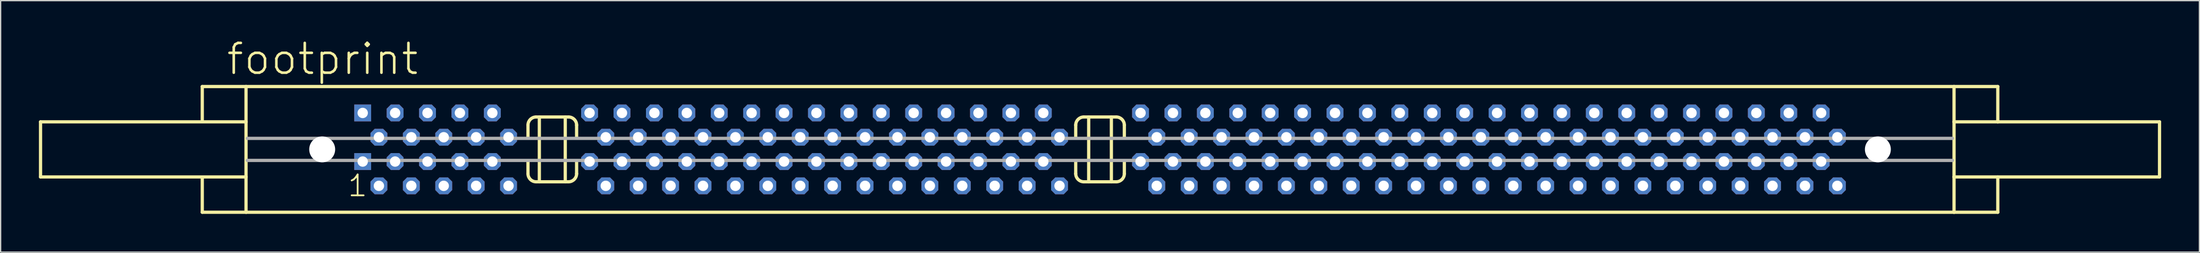
<source format=kicad_pcb>
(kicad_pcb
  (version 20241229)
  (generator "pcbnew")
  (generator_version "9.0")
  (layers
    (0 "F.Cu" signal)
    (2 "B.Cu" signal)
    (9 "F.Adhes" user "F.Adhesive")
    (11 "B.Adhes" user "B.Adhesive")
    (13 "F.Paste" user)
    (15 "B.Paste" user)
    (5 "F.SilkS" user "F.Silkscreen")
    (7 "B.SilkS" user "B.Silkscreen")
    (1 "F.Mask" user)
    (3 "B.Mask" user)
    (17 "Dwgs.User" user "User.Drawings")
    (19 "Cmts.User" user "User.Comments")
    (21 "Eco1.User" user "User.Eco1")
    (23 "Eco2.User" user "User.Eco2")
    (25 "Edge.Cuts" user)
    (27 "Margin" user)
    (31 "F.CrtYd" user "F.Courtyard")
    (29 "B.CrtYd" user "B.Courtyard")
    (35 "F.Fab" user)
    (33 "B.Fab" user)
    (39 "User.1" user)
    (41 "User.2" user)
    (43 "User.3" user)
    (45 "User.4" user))
  (footprint "footprint"
    (layer "F.Cu")
    (at 83.16 8.661)
    (property "Reference" "footprint" (at -68.58 -5.715 0) (layer "F.SilkS") (effects (font (size 2.337 2.337) (thickness 0.203)) (justify left bottom)))
    (fp_line (start -83.033 -2.159) (end -66.929 -2.159) (stroke (width 0.254) (type solid)) (layer "F.SilkS"))
    (fp_line (start -83.033 2.159) (end -83.033 -2.159) (stroke (width 0.254) (type solid)) (layer "F.SilkS"))
    (fp_line (start -70.358 -4.928) (end -66.929 -4.928) (stroke (width 0.254) (type solid)) (layer "F.SilkS"))
    (fp_line (start -70.358 -2.311) (end -70.358 -4.928) (stroke (width 0.254) (type solid)) (layer "F.SilkS"))
    (fp_line (start -70.358 2.286) (end -70.358 4.928) (stroke (width 0.254) (type solid)) (layer "F.SilkS"))
    (fp_line (start -70.358 4.928) (end -66.929 4.928) (stroke (width 0.254) (type solid)) (layer "F.SilkS"))
    (fp_line (start -66.929 -4.928) (end -66.929 -2.159) (stroke (width 0.254) (type solid)) (layer "F.SilkS"))
    (fp_line (start -66.929 -4.928) (end 66.929 -4.928) (stroke (width 0.254) (type solid)) (layer "F.SilkS"))
    (fp_line (start -66.929 -2.159) (end -66.929 2.159) (stroke (width 0.254) (type solid)) (layer "F.SilkS"))
    (fp_line (start -66.929 2.159) (end -83.033 2.159) (stroke (width 0.254) (type solid)) (layer "F.SilkS"))
    (fp_line (start -66.929 4.928) (end -66.929 2.159) (stroke (width 0.254) (type solid)) (layer "F.SilkS"))
    (fp_line (start -44.831 -1.905) (end -44.831 -0.889) (stroke (width 0.254) (type solid)) (layer "F.SilkS"))
    (fp_line (start -44.831 0.889) (end -44.831 1.905) (stroke (width 0.254) (type solid)) (layer "F.SilkS"))
    (fp_line (start -44.196 2.54) (end -43.942 2.54) (stroke (width 0.254) (type solid)) (layer "F.SilkS"))
    (fp_line (start -43.942 -2.54) (end -44.196 -2.54) (stroke (width 0.254) (type solid)) (layer "F.SilkS"))
    (fp_line (start -43.942 2.54) (end -43.942 -2.54) (stroke (width 0.254) (type solid)) (layer "F.SilkS"))
    (fp_line (start -43.942 2.54) (end -41.91 2.54) (stroke (width 0.254) (type solid)) (layer "F.SilkS"))
    (fp_line (start -41.91 -2.54) (end -43.942 -2.54) (stroke (width 0.254) (type solid)) (layer "F.SilkS"))
    (fp_line (start -41.91 2.54) (end -41.91 -2.54) (stroke (width 0.254) (type solid)) (layer "F.SilkS"))
    (fp_line (start -41.91 2.54) (end -41.656 2.54) (stroke (width 0.254) (type solid)) (layer "F.SilkS"))
    (fp_line (start -41.656 -2.54) (end -41.91 -2.54) (stroke (width 0.254) (type solid)) (layer "F.SilkS"))
    (fp_line (start -41.021 -0.889) (end -41.021 -1.905) (stroke (width 0.254) (type solid)) (layer "F.SilkS"))
    (fp_line (start -41.021 1.905) (end -41.021 0.889) (stroke (width 0.254) (type solid)) (layer "F.SilkS"))
    (fp_line (start -1.905 -1.905) (end -1.905 -0.889) (stroke (width 0.254) (type solid)) (layer "F.SilkS"))
    (fp_line (start -1.905 0.889) (end -1.905 1.905) (stroke (width 0.254) (type solid)) (layer "F.SilkS"))
    (fp_line (start -1.27 2.54) (end -0.889 2.54) (stroke (width 0.254) (type solid)) (layer "F.SilkS"))
    (fp_line (start -0.889 -2.54) (end -1.27 -2.54) (stroke (width 0.254) (type solid)) (layer "F.SilkS"))
    (fp_line (start -0.889 2.54) (end -0.889 -2.54) (stroke (width 0.254) (type solid)) (layer "F.SilkS"))
    (fp_line (start -0.889 2.54) (end 0.889 2.54) (stroke (width 0.254) (type solid)) (layer "F.SilkS"))
    (fp_line (start 0.889 -2.54) (end -0.889 -2.54) (stroke (width 0.254) (type solid)) (layer "F.SilkS"))
    (fp_line (start 0.889 2.54) (end 0.889 -2.54) (stroke (width 0.254) (type solid)) (layer "F.SilkS"))
    (fp_line (start 0.889 2.54) (end 1.27 2.54) (stroke (width 0.254) (type solid)) (layer "F.SilkS"))
    (fp_line (start 1.27 -2.54) (end 0.889 -2.54) (stroke (width 0.254) (type solid)) (layer "F.SilkS"))
    (fp_line (start 1.905 -0.889) (end 1.905 -1.905) (stroke (width 0.254) (type solid)) (layer "F.SilkS"))
    (fp_line (start 1.905 1.905) (end 1.905 0.889) (stroke (width 0.254) (type solid)) (layer "F.SilkS"))
    (fp_line (start 66.929 -4.928) (end 66.929 -2.159) (stroke (width 0.254) (type solid)) (layer "F.SilkS"))
    (fp_line (start 66.929 -2.159) (end 66.929 2.159) (stroke (width 0.254) (type solid)) (layer "F.SilkS"))
    (fp_line (start 66.929 2.159) (end 66.929 4.928) (stroke (width 0.254) (type solid)) (layer "F.SilkS"))
    (fp_line (start 66.929 4.928) (end -66.904 4.928) (stroke (width 0.254) (type solid)) (layer "F.SilkS"))
    (fp_line (start 66.929 4.928) (end 70.358 4.928) (stroke (width 0.254) (type solid)) (layer "F.SilkS"))
    (fp_line (start 70.358 -4.928) (end 66.929 -4.928) (stroke (width 0.254) (type solid)) (layer "F.SilkS"))
    (fp_line (start 70.358 -2.159) (end 66.929 -2.159) (stroke (width 0.254) (type solid)) (layer "F.SilkS"))
    (fp_line (start 70.358 -2.159) (end 70.358 -4.928) (stroke (width 0.254) (type solid)) (layer "F.SilkS"))
    (fp_line (start 70.358 2.159) (end 66.929 2.159) (stroke (width 0.254) (type solid)) (layer "F.SilkS"))
    (fp_line (start 70.358 2.159) (end 83.033 2.159) (stroke (width 0.254) (type solid)) (layer "F.SilkS"))
    (fp_line (start 70.358 4.928) (end 70.358 2.159) (stroke (width 0.254) (type solid)) (layer "F.SilkS"))
    (fp_line (start 83.033 -2.159) (end 70.358 -2.159) (stroke (width 0.254) (type solid)) (layer "F.SilkS"))
    (fp_line (start 83.033 2.159) (end 83.033 -2.159) (stroke (width 0.254) (type solid)) (layer "F.SilkS"))
    (fp_arc (start -44.831 -1.905) (mid -44.645013 -2.354013) (end -44.196 -2.54) (stroke (width 0.254) (type solid)) (layer "F.SilkS"))
    (fp_arc (start -44.196 2.54) (mid -44.645013 2.354013) (end -44.831 1.905) (stroke (width 0.254) (type solid)) (layer "F.SilkS"))
    (fp_arc (start -41.656 -2.54) (mid -41.206987 -2.354013) (end -41.021 -1.905) (stroke (width 0.254) (type solid)) (layer "F.SilkS"))
    (fp_arc (start -41.021 1.905) (mid -41.206987 2.354013) (end -41.656 2.54) (stroke (width 0.254) (type solid)) (layer "F.SilkS"))
    (fp_arc (start -1.905 -1.905) (mid -1.719013 -2.354013) (end -1.27 -2.54) (stroke (width 0.254) (type solid)) (layer "F.SilkS"))
    (fp_arc (start -1.27 2.54) (mid -1.719013 2.354013) (end -1.905 1.905) (stroke (width 0.254) (type solid)) (layer "F.SilkS"))
    (fp_arc (start 1.27 -2.54) (mid 1.719013 -2.354013) (end 1.905 -1.905) (stroke (width 0.254) (type solid)) (layer "F.SilkS"))
    (fp_arc (start 1.905 1.905) (mid 1.719013 2.354013) (end 1.27 2.54) (stroke (width 0.254) (type solid)) (layer "F.SilkS"))
    (fp_line (start -66.827 -0.864) (end 66.802 -0.864) (stroke (width 0.254) (type solid)) (layer "F.Fab"))
    (fp_line (start -66.827 0.864) (end 66.802 0.864) (stroke (width 0.254) (type solid)) (layer "F.Fab"))
    (fp_text user "1" (at -59.055 3.81 0) (layer "F.SilkS") (effects (font (size 1.636 1.636) (thickness 0.142)) (justify left bottom)))
    (pad "" np_thru_hole circle (at -60.96 0) (size 2.032 2.032) (drill 2.032) (layers "*.Cu" "*.Mask"))
    (pad "" np_thru_hole circle (at 60.96 0) (size 2.032 2.032) (drill 2.032) (layers "*.Cu" "*.Mask"))
    (pad "1" thru_hole rect (at -57.785 0.953) (size 1.321 1.321) (drill 0.813) (layers "*.Cu" "*.Mask"))
    (pad "2" thru_hole roundrect (at -56.515 2.857) (size 1.321 1.321) (drill 0.813) (layers "*.Cu" "*.Mask") (roundrect_rratio 0.25) (chamfer_ratio 0.25) (chamfer top_left top_right bottom_left bottom_right))
    (pad "3" thru_hole roundrect (at -55.245 0.953) (size 1.321 1.321) (drill 0.813) (layers "*.Cu" "*.Mask") (roundrect_rratio 0.25) (chamfer_ratio 0.25) (chamfer top_left top_right bottom_left bottom_right))
    (pad "4" thru_hole roundrect (at -53.975 2.857) (size 1.321 1.321) (drill 0.813) (layers "*.Cu" "*.Mask") (roundrect_rratio 0.25) (chamfer_ratio 0.25) (chamfer top_left top_right bottom_left bottom_right))
    (pad "5" thru_hole roundrect (at -52.705 0.953) (size 1.321 1.321) (drill 0.813) (layers "*.Cu" "*.Mask") (roundrect_rratio 0.25) (chamfer_ratio 0.25) (chamfer top_left top_right bottom_left bottom_right))
    (pad "6" thru_hole roundrect (at -51.435 2.857) (size 1.321 1.321) (drill 0.813) (layers "*.Cu" "*.Mask") (roundrect_rratio 0.25) (chamfer_ratio 0.25) (chamfer top_left top_right bottom_left bottom_right))
    (pad "7" thru_hole roundrect (at -50.165 0.953) (size 1.321 1.321) (drill 0.813) (layers "*.Cu" "*.Mask") (roundrect_rratio 0.25) (chamfer_ratio 0.25) (chamfer top_left top_right bottom_left bottom_right))
    (pad "8" thru_hole roundrect (at -48.895 2.857) (size 1.321 1.321) (drill 0.813) (layers "*.Cu" "*.Mask") (roundrect_rratio 0.25) (chamfer_ratio 0.25) (chamfer top_left top_right bottom_left bottom_right))
    (pad "9" thru_hole roundrect (at -47.625 0.953) (size 1.321 1.321) (drill 0.813) (layers "*.Cu" "*.Mask") (roundrect_rratio 0.25) (chamfer_ratio 0.25) (chamfer top_left top_right bottom_left bottom_right))
    (pad "10" thru_hole roundrect (at -46.355 2.857) (size 1.321 1.321) (drill 0.813) (layers "*.Cu" "*.Mask") (roundrect_rratio 0.25) (chamfer_ratio 0.25) (chamfer top_left top_right bottom_left bottom_right))
    (pad "11" thru_hole roundrect (at -40.005 0.953) (size 1.321 1.321) (drill 0.813) (layers "*.Cu" "*.Mask") (roundrect_rratio 0.25) (chamfer_ratio 0.25) (chamfer top_left top_right bottom_left bottom_right))
    (pad "12" thru_hole roundrect (at -38.735 2.857) (size 1.321 1.321) (drill 0.813) (layers "*.Cu" "*.Mask") (roundrect_rratio 0.25) (chamfer_ratio 0.25) (chamfer top_left top_right bottom_left bottom_right))
    (pad "13" thru_hole roundrect (at -37.465 0.953) (size 1.321 1.321) (drill 0.813) (layers "*.Cu" "*.Mask") (roundrect_rratio 0.25) (chamfer_ratio 0.25) (chamfer top_left top_right bottom_left bottom_right))
    (pad "14" thru_hole roundrect (at -36.195 2.857) (size 1.321 1.321) (drill 0.813) (layers "*.Cu" "*.Mask") (roundrect_rratio 0.25) (chamfer_ratio 0.25) (chamfer top_left top_right bottom_left bottom_right))
    (pad "15" thru_hole roundrect (at -34.925 0.953) (size 1.321 1.321) (drill 0.813) (layers "*.Cu" "*.Mask") (roundrect_rratio 0.25) (chamfer_ratio 0.25) (chamfer top_left top_right bottom_left bottom_right))
    (pad "16" thru_hole roundrect (at -33.655 2.857) (size 1.321 1.321) (drill 0.813) (layers "*.Cu" "*.Mask") (roundrect_rratio 0.25) (chamfer_ratio 0.25) (chamfer top_left top_right bottom_left bottom_right))
    (pad "17" thru_hole roundrect (at -32.385 0.953) (size 1.321 1.321) (drill 0.813) (layers "*.Cu" "*.Mask") (roundrect_rratio 0.25) (chamfer_ratio 0.25) (chamfer top_left top_right bottom_left bottom_right))
    (pad "18" thru_hole roundrect (at -31.115 2.857) (size 1.321 1.321) (drill 0.813) (layers "*.Cu" "*.Mask") (roundrect_rratio 0.25) (chamfer_ratio 0.25) (chamfer top_left top_right bottom_left bottom_right))
    (pad "19" thru_hole roundrect (at -29.845 0.953) (size 1.321 1.321) (drill 0.813) (layers "*.Cu" "*.Mask") (roundrect_rratio 0.25) (chamfer_ratio 0.25) (chamfer top_left top_right bottom_left bottom_right))
    (pad "20" thru_hole roundrect (at -28.575 2.857) (size 1.321 1.321) (drill 0.813) (layers "*.Cu" "*.Mask") (roundrect_rratio 0.25) (chamfer_ratio 0.25) (chamfer top_left top_right bottom_left bottom_right))
    (pad "21" thru_hole roundrect (at -27.305 0.953) (size 1.321 1.321) (drill 0.813) (layers "*.Cu" "*.Mask") (roundrect_rratio 0.25) (chamfer_ratio 0.25) (chamfer top_left top_right bottom_left bottom_right))
    (pad "22" thru_hole roundrect (at -26.035 2.857) (size 1.321 1.321) (drill 0.813) (layers "*.Cu" "*.Mask") (roundrect_rratio 0.25) (chamfer_ratio 0.25) (chamfer top_left top_right bottom_left bottom_right))
    (pad "23" thru_hole roundrect (at -24.765 0.953) (size 1.321 1.321) (drill 0.813) (layers "*.Cu" "*.Mask") (roundrect_rratio 0.25) (chamfer_ratio 0.25) (chamfer top_left top_right bottom_left bottom_right))
    (pad "24" thru_hole roundrect (at -23.495 2.857) (size 1.321 1.321) (drill 0.813) (layers "*.Cu" "*.Mask") (roundrect_rratio 0.25) (chamfer_ratio 0.25) (chamfer top_left top_right bottom_left bottom_right))
    (pad "25" thru_hole roundrect (at -22.225 0.953) (size 1.321 1.321) (drill 0.813) (layers "*.Cu" "*.Mask") (roundrect_rratio 0.25) (chamfer_ratio 0.25) (chamfer top_left top_right bottom_left bottom_right))
    (pad "26" thru_hole roundrect (at -20.955 2.857) (size 1.321 1.321) (drill 0.813) (layers "*.Cu" "*.Mask") (roundrect_rratio 0.25) (chamfer_ratio 0.25) (chamfer top_left top_right bottom_left bottom_right))
    (pad "27" thru_hole roundrect (at -19.685 0.953) (size 1.321 1.321) (drill 0.813) (layers "*.Cu" "*.Mask") (roundrect_rratio 0.25) (chamfer_ratio 0.25) (chamfer top_left top_right bottom_left bottom_right))
    (pad "28" thru_hole roundrect (at -18.415 2.857) (size 1.321 1.321) (drill 0.813) (layers "*.Cu" "*.Mask") (roundrect_rratio 0.25) (chamfer_ratio 0.25) (chamfer top_left top_right bottom_left bottom_right))
    (pad "29" thru_hole roundrect (at -17.145 0.953) (size 1.321 1.321) (drill 0.813) (layers "*.Cu" "*.Mask") (roundrect_rratio 0.25) (chamfer_ratio 0.25) (chamfer top_left top_right bottom_left bottom_right))
    (pad "30" thru_hole roundrect (at -15.875 2.857) (size 1.321 1.321) (drill 0.813) (layers "*.Cu" "*.Mask") (roundrect_rratio 0.25) (chamfer_ratio 0.25) (chamfer top_left top_right bottom_left bottom_right))
    (pad "31" thru_hole roundrect (at -14.605 0.953) (size 1.321 1.321) (drill 0.813) (layers "*.Cu" "*.Mask") (roundrect_rratio 0.25) (chamfer_ratio 0.25) (chamfer top_left top_right bottom_left bottom_right))
    (pad "32" thru_hole roundrect (at -13.335 2.857) (size 1.321 1.321) (drill 0.813) (layers "*.Cu" "*.Mask") (roundrect_rratio 0.25) (chamfer_ratio 0.25) (chamfer top_left top_right bottom_left bottom_right))
    (pad "33" thru_hole roundrect (at -12.065 0.953) (size 1.321 1.321) (drill 0.813) (layers "*.Cu" "*.Mask") (roundrect_rratio 0.25) (chamfer_ratio 0.25) (chamfer top_left top_right bottom_left bottom_right))
    (pad "34" thru_hole roundrect (at -10.795 2.857) (size 1.321 1.321) (drill 0.813) (layers "*.Cu" "*.Mask") (roundrect_rratio 0.25) (chamfer_ratio 0.25) (chamfer top_left top_right bottom_left bottom_right))
    (pad "35" thru_hole roundrect (at -9.525 0.953) (size 1.321 1.321) (drill 0.813) (layers "*.Cu" "*.Mask") (roundrect_rratio 0.25) (chamfer_ratio 0.25) (chamfer top_left top_right bottom_left bottom_right))
    (pad "36" thru_hole roundrect (at -8.255 2.857) (size 1.321 1.321) (drill 0.813) (layers "*.Cu" "*.Mask") (roundrect_rratio 0.25) (chamfer_ratio 0.25) (chamfer top_left top_right bottom_left bottom_right))
    (pad "37" thru_hole roundrect (at -6.985 0.953) (size 1.321 1.321) (drill 0.813) (layers "*.Cu" "*.Mask") (roundrect_rratio 0.25) (chamfer_ratio 0.25) (chamfer top_left top_right bottom_left bottom_right))
    (pad "38" thru_hole roundrect (at -5.715 2.857) (size 1.321 1.321) (drill 0.813) (layers "*.Cu" "*.Mask") (roundrect_rratio 0.25) (chamfer_ratio 0.25) (chamfer top_left top_right bottom_left bottom_right))
    (pad "39" thru_hole roundrect (at -4.445 0.953) (size 1.321 1.321) (drill 0.813) (layers "*.Cu" "*.Mask") (roundrect_rratio 0.25) (chamfer_ratio 0.25) (chamfer top_left top_right bottom_left bottom_right))
    (pad "40" thru_hole roundrect (at -3.175 2.857) (size 1.321 1.321) (drill 0.813) (layers "*.Cu" "*.Mask") (roundrect_rratio 0.25) (chamfer_ratio 0.25) (chamfer top_left top_right bottom_left bottom_right))
    (pad "41" thru_hole roundrect (at 3.175 0.953) (size 1.321 1.321) (drill 0.813) (layers "*.Cu" "*.Mask") (roundrect_rratio 0.25) (chamfer_ratio 0.25) (chamfer top_left top_right bottom_left bottom_right))
    (pad "42" thru_hole roundrect (at 4.445 2.857) (size 1.321 1.321) (drill 0.813) (layers "*.Cu" "*.Mask") (roundrect_rratio 0.25) (chamfer_ratio 0.25) (chamfer top_left top_right bottom_left bottom_right))
    (pad "43" thru_hole roundrect (at 5.715 0.953) (size 1.321 1.321) (drill 0.813) (layers "*.Cu" "*.Mask") (roundrect_rratio 0.25) (chamfer_ratio 0.25) (chamfer top_left top_right bottom_left bottom_right))
    (pad "44" thru_hole roundrect (at 6.985 2.857) (size 1.321 1.321) (drill 0.813) (layers "*.Cu" "*.Mask") (roundrect_rratio 0.25) (chamfer_ratio 0.25) (chamfer top_left top_right bottom_left bottom_right))
    (pad "45" thru_hole roundrect (at 8.255 0.953) (size 1.321 1.321) (drill 0.813) (layers "*.Cu" "*.Mask") (roundrect_rratio 0.25) (chamfer_ratio 0.25) (chamfer top_left top_right bottom_left bottom_right))
    (pad "46" thru_hole roundrect (at 9.525 2.857) (size 1.321 1.321) (drill 0.813) (layers "*.Cu" "*.Mask") (roundrect_rratio 0.25) (chamfer_ratio 0.25) (chamfer top_left top_right bottom_left bottom_right))
    (pad "47" thru_hole roundrect (at 10.795 0.953) (size 1.321 1.321) (drill 0.813) (layers "*.Cu" "*.Mask") (roundrect_rratio 0.25) (chamfer_ratio 0.25) (chamfer top_left top_right bottom_left bottom_right))
    (pad "48" thru_hole roundrect (at 12.065 2.857) (size 1.321 1.321) (drill 0.813) (layers "*.Cu" "*.Mask") (roundrect_rratio 0.25) (chamfer_ratio 0.25) (chamfer top_left top_right bottom_left bottom_right))
    (pad "49" thru_hole roundrect (at 13.335 0.953) (size 1.321 1.321) (drill 0.813) (layers "*.Cu" "*.Mask") (roundrect_rratio 0.25) (chamfer_ratio 0.25) (chamfer top_left top_right bottom_left bottom_right))
    (pad "50" thru_hole roundrect (at 14.605 2.857) (size 1.321 1.321) (drill 0.813) (layers "*.Cu" "*.Mask") (roundrect_rratio 0.25) (chamfer_ratio 0.25) (chamfer top_left top_right bottom_left bottom_right))
    (pad "51" thru_hole roundrect (at 15.875 0.953) (size 1.321 1.321) (drill 0.813) (layers "*.Cu" "*.Mask") (roundrect_rratio 0.25) (chamfer_ratio 0.25) (chamfer top_left top_right bottom_left bottom_right))
    (pad "52" thru_hole roundrect (at 17.145 2.857) (size 1.321 1.321) (drill 0.813) (layers "*.Cu" "*.Mask") (roundrect_rratio 0.25) (chamfer_ratio 0.25) (chamfer top_left top_right bottom_left bottom_right))
    (pad "53" thru_hole roundrect (at 18.415 0.953) (size 1.321 1.321) (drill 0.813) (layers "*.Cu" "*.Mask") (roundrect_rratio 0.25) (chamfer_ratio 0.25) (chamfer top_left top_right bottom_left bottom_right))
    (pad "54" thru_hole roundrect (at 19.685 2.857) (size 1.321 1.321) (drill 0.813) (layers "*.Cu" "*.Mask") (roundrect_rratio 0.25) (chamfer_ratio 0.25) (chamfer top_left top_right bottom_left bottom_right))
    (pad "55" thru_hole roundrect (at 20.955 0.953) (size 1.321 1.321) (drill 0.813) (layers "*.Cu" "*.Mask") (roundrect_rratio 0.25) (chamfer_ratio 0.25) (chamfer top_left top_right bottom_left bottom_right))
    (pad "56" thru_hole roundrect (at 22.225 2.857) (size 1.321 1.321) (drill 0.813) (layers "*.Cu" "*.Mask") (roundrect_rratio 0.25) (chamfer_ratio 0.25) (chamfer top_left top_right bottom_left bottom_right))
    (pad "57" thru_hole roundrect (at 23.495 0.953) (size 1.321 1.321) (drill 0.813) (layers "*.Cu" "*.Mask") (roundrect_rratio 0.25) (chamfer_ratio 0.25) (chamfer top_left top_right bottom_left bottom_right))
    (pad "58" thru_hole roundrect (at 24.765 2.857) (size 1.321 1.321) (drill 0.813) (layers "*.Cu" "*.Mask") (roundrect_rratio 0.25) (chamfer_ratio 0.25) (chamfer top_left top_right bottom_left bottom_right))
    (pad "59" thru_hole roundrect (at 26.035 0.953) (size 1.321 1.321) (drill 0.813) (layers "*.Cu" "*.Mask") (roundrect_rratio 0.25) (chamfer_ratio 0.25) (chamfer top_left top_right bottom_left bottom_right))
    (pad "60" thru_hole roundrect (at 27.305 2.857) (size 1.321 1.321) (drill 0.813) (layers "*.Cu" "*.Mask") (roundrect_rratio 0.25) (chamfer_ratio 0.25) (chamfer top_left top_right bottom_left bottom_right))
    (pad "61" thru_hole roundrect (at 28.575 0.953) (size 1.321 1.321) (drill 0.813) (layers "*.Cu" "*.Mask") (roundrect_rratio 0.25) (chamfer_ratio 0.25) (chamfer top_left top_right bottom_left bottom_right))
    (pad "62" thru_hole roundrect (at 29.845 2.857) (size 1.321 1.321) (drill 0.813) (layers "*.Cu" "*.Mask") (roundrect_rratio 0.25) (chamfer_ratio 0.25) (chamfer top_left top_right bottom_left bottom_right))
    (pad "63" thru_hole roundrect (at 31.115 0.953) (size 1.321 1.321) (drill 0.813) (layers "*.Cu" "*.Mask") (roundrect_rratio 0.25) (chamfer_ratio 0.25) (chamfer top_left top_right bottom_left bottom_right))
    (pad "64" thru_hole roundrect (at 32.385 2.857) (size 1.321 1.321) (drill 0.813) (layers "*.Cu" "*.Mask") (roundrect_rratio 0.25) (chamfer_ratio 0.25) (chamfer top_left top_right bottom_left bottom_right))
    (pad "65" thru_hole roundrect (at 33.655 0.953) (size 1.321 1.321) (drill 0.813) (layers "*.Cu" "*.Mask") (roundrect_rratio 0.25) (chamfer_ratio 0.25) (chamfer top_left top_right bottom_left bottom_right))
    (pad "66" thru_hole roundrect (at 34.925 2.857) (size 1.321 1.321) (drill 0.813) (layers "*.Cu" "*.Mask") (roundrect_rratio 0.25) (chamfer_ratio 0.25) (chamfer top_left top_right bottom_left bottom_right))
    (pad "67" thru_hole roundrect (at 36.195 0.953) (size 1.321 1.321) (drill 0.813) (layers "*.Cu" "*.Mask") (roundrect_rratio 0.25) (chamfer_ratio 0.25) (chamfer top_left top_right bottom_left bottom_right))
    (pad "68" thru_hole roundrect (at 37.465 2.857) (size 1.321 1.321) (drill 0.813) (layers "*.Cu" "*.Mask") (roundrect_rratio 0.25) (chamfer_ratio 0.25) (chamfer top_left top_right bottom_left bottom_right))
    (pad "69" thru_hole roundrect (at 38.735 0.953) (size 1.321 1.321) (drill 0.813) (layers "*.Cu" "*.Mask") (roundrect_rratio 0.25) (chamfer_ratio 0.25) (chamfer top_left top_right bottom_left bottom_right))
    (pad "70" thru_hole roundrect (at 40.005 2.857) (size 1.321 1.321) (drill 0.813) (layers "*.Cu" "*.Mask") (roundrect_rratio 0.25) (chamfer_ratio 0.25) (chamfer top_left top_right bottom_left bottom_right))
    (pad "71" thru_hole roundrect (at 41.275 0.953) (size 1.321 1.321) (drill 0.813) (layers "*.Cu" "*.Mask") (roundrect_rratio 0.25) (chamfer_ratio 0.25) (chamfer top_left top_right bottom_left bottom_right))
    (pad "72" thru_hole roundrect (at 42.545 2.857) (size 1.321 1.321) (drill 0.813) (layers "*.Cu" "*.Mask") (roundrect_rratio 0.25) (chamfer_ratio 0.25) (chamfer top_left top_right bottom_left bottom_right))
    (pad "73" thru_hole roundrect (at 43.815 0.953) (size 1.321 1.321) (drill 0.813) (layers "*.Cu" "*.Mask") (roundrect_rratio 0.25) (chamfer_ratio 0.25) (chamfer top_left top_right bottom_left bottom_right))
    (pad "74" thru_hole roundrect (at 45.085 2.857) (size 1.321 1.321) (drill 0.813) (layers "*.Cu" "*.Mask") (roundrect_rratio 0.25) (chamfer_ratio 0.25) (chamfer top_left top_right bottom_left bottom_right))
    (pad "75" thru_hole roundrect (at 46.355 0.953) (size 1.321 1.321) (drill 0.813) (layers "*.Cu" "*.Mask") (roundrect_rratio 0.25) (chamfer_ratio 0.25) (chamfer top_left top_right bottom_left bottom_right))
    (pad "76" thru_hole roundrect (at 47.625 2.857) (size 1.321 1.321) (drill 0.813) (layers "*.Cu" "*.Mask") (roundrect_rratio 0.25) (chamfer_ratio 0.25) (chamfer top_left top_right bottom_left bottom_right))
    (pad "77" thru_hole roundrect (at 48.895 0.953) (size 1.321 1.321) (drill 0.813) (layers "*.Cu" "*.Mask") (roundrect_rratio 0.25) (chamfer_ratio 0.25) (chamfer top_left top_right bottom_left bottom_right))
    (pad "78" thru_hole roundrect (at 50.165 2.857) (size 1.321 1.321) (drill 0.813) (layers "*.Cu" "*.Mask") (roundrect_rratio 0.25) (chamfer_ratio 0.25) (chamfer top_left top_right bottom_left bottom_right))
    (pad "79" thru_hole roundrect (at 51.435 0.953) (size 1.321 1.321) (drill 0.813) (layers "*.Cu" "*.Mask") (roundrect_rratio 0.25) (chamfer_ratio 0.25) (chamfer top_left top_right bottom_left bottom_right))
    (pad "80" thru_hole roundrect (at 52.705 2.857) (size 1.321 1.321) (drill 0.813) (layers "*.Cu" "*.Mask") (roundrect_rratio 0.25) (chamfer_ratio 0.25) (chamfer top_left top_right bottom_left bottom_right))
    (pad "81" thru_hole roundrect (at 53.975 0.953) (size 1.321 1.321) (drill 0.813) (layers "*.Cu" "*.Mask") (roundrect_rratio 0.25) (chamfer_ratio 0.25) (chamfer top_left top_right bottom_left bottom_right))
    (pad "82" thru_hole roundrect (at 55.245 2.857) (size 1.321 1.321) (drill 0.813) (layers "*.Cu" "*.Mask") (roundrect_rratio 0.25) (chamfer_ratio 0.25) (chamfer top_left top_right bottom_left bottom_right))
    (pad "83" thru_hole roundrect (at 56.515 0.953) (size 1.321 1.321) (drill 0.813) (layers "*.Cu" "*.Mask") (roundrect_rratio 0.25) (chamfer_ratio 0.25) (chamfer top_left top_right bottom_left bottom_right))
    (pad "84" thru_hole roundrect (at 57.785 2.857) (size 1.321 1.321) (drill 0.813) (layers "*.Cu" "*.Mask") (roundrect_rratio 0.25) (chamfer_ratio 0.25) (chamfer top_left top_right bottom_left bottom_right))
    (pad "85" thru_hole rect (at -57.785 -2.857) (size 1.321 1.321) (drill 0.813) (layers "*.Cu" "*.Mask"))
    (pad "86" thru_hole roundrect (at -56.515 -0.953) (size 1.321 1.321) (drill 0.813) (layers "*.Cu" "*.Mask") (roundrect_rratio 0.25) (chamfer_ratio 0.25) (chamfer top_left top_right bottom_left bottom_right))
    (pad "87" thru_hole roundrect (at -55.245 -2.857) (size 1.321 1.321) (drill 0.813) (layers "*.Cu" "*.Mask") (roundrect_rratio 0.25) (chamfer_ratio 0.25) (chamfer top_left top_right bottom_left bottom_right))
    (pad "88" thru_hole roundrect (at -53.975 -0.953) (size 1.321 1.321) (drill 0.813) (layers "*.Cu" "*.Mask") (roundrect_rratio 0.25) (chamfer_ratio 0.25) (chamfer top_left top_right bottom_left bottom_right))
    (pad "89" thru_hole roundrect (at -52.705 -2.857) (size 1.321 1.321) (drill 0.813) (layers "*.Cu" "*.Mask") (roundrect_rratio 0.25) (chamfer_ratio 0.25) (chamfer top_left top_right bottom_left bottom_right))
    (pad "90" thru_hole roundrect (at -51.435 -0.953) (size 1.321 1.321) (drill 0.813) (layers "*.Cu" "*.Mask") (roundrect_rratio 0.25) (chamfer_ratio 0.25) (chamfer top_left top_right bottom_left bottom_right))
    (pad "91" thru_hole roundrect (at -50.165 -2.857) (size 1.321 1.321) (drill 0.813) (layers "*.Cu" "*.Mask") (roundrect_rratio 0.25) (chamfer_ratio 0.25) (chamfer top_left top_right bottom_left bottom_right))
    (pad "92" thru_hole roundrect (at -48.895 -0.953) (size 1.321 1.321) (drill 0.813) (layers "*.Cu" "*.Mask") (roundrect_rratio 0.25) (chamfer_ratio 0.25) (chamfer top_left top_right bottom_left bottom_right))
    (pad "93" thru_hole roundrect (at -47.625 -2.857) (size 1.321 1.321) (drill 0.813) (layers "*.Cu" "*.Mask") (roundrect_rratio 0.25) (chamfer_ratio 0.25) (chamfer top_left top_right bottom_left bottom_right))
    (pad "94" thru_hole roundrect (at -46.355 -0.953) (size 1.321 1.321) (drill 0.813) (layers "*.Cu" "*.Mask") (roundrect_rratio 0.25) (chamfer_ratio 0.25) (chamfer top_left top_right bottom_left bottom_right))
    (pad "95" thru_hole roundrect (at -40.005 -2.857) (size 1.321 1.321) (drill 0.813) (layers "*.Cu" "*.Mask") (roundrect_rratio 0.25) (chamfer_ratio 0.25) (chamfer top_left top_right bottom_left bottom_right))
    (pad "96" thru_hole roundrect (at -38.735 -0.953) (size 1.321 1.321) (drill 0.813) (layers "*.Cu" "*.Mask") (roundrect_rratio 0.25) (chamfer_ratio 0.25) (chamfer top_left top_right bottom_left bottom_right))
    (pad "97" thru_hole roundrect (at -37.465 -2.857) (size 1.321 1.321) (drill 0.813) (layers "*.Cu" "*.Mask") (roundrect_rratio 0.25) (chamfer_ratio 0.25) (chamfer top_left top_right bottom_left bottom_right))
    (pad "98" thru_hole roundrect (at -36.195 -0.953) (size 1.321 1.321) (drill 0.813) (layers "*.Cu" "*.Mask") (roundrect_rratio 0.25) (chamfer_ratio 0.25) (chamfer top_left top_right bottom_left bottom_right))
    (pad "99" thru_hole roundrect (at -34.925 -2.857) (size 1.321 1.321) (drill 0.813) (layers "*.Cu" "*.Mask") (roundrect_rratio 0.25) (chamfer_ratio 0.25) (chamfer top_left top_right bottom_left bottom_right))
    (pad "100" thru_hole roundrect (at -33.655 -0.953) (size 1.321 1.321) (drill 0.813) (layers "*.Cu" "*.Mask") (roundrect_rratio 0.25) (chamfer_ratio 0.25) (chamfer top_left top_right bottom_left bottom_right))
    (pad "101" thru_hole roundrect (at -32.385 -2.857) (size 1.321 1.321) (drill 0.813) (layers "*.Cu" "*.Mask") (roundrect_rratio 0.25) (chamfer_ratio 0.25) (chamfer top_left top_right bottom_left bottom_right))
    (pad "102" thru_hole roundrect (at -31.115 -0.953) (size 1.321 1.321) (drill 0.813) (layers "*.Cu" "*.Mask") (roundrect_rratio 0.25) (chamfer_ratio 0.25) (chamfer top_left top_right bottom_left bottom_right))
    (pad "103" thru_hole roundrect (at -29.845 -2.857) (size 1.321 1.321) (drill 0.813) (layers "*.Cu" "*.Mask") (roundrect_rratio 0.25) (chamfer_ratio 0.25) (chamfer top_left top_right bottom_left bottom_right))
    (pad "104" thru_hole roundrect (at -28.575 -0.953) (size 1.321 1.321) (drill 0.813) (layers "*.Cu" "*.Mask") (roundrect_rratio 0.25) (chamfer_ratio 0.25) (chamfer top_left top_right bottom_left bottom_right))
    (pad "105" thru_hole roundrect (at -27.305 -2.857) (size 1.321 1.321) (drill 0.813) (layers "*.Cu" "*.Mask") (roundrect_rratio 0.25) (chamfer_ratio 0.25) (chamfer top_left top_right bottom_left bottom_right))
    (pad "106" thru_hole roundrect (at -26.035 -0.953) (size 1.321 1.321) (drill 0.813) (layers "*.Cu" "*.Mask") (roundrect_rratio 0.25) (chamfer_ratio 0.25) (chamfer top_left top_right bottom_left bottom_right))
    (pad "107" thru_hole roundrect (at -24.765 -2.857) (size 1.321 1.321) (drill 0.813) (layers "*.Cu" "*.Mask") (roundrect_rratio 0.25) (chamfer_ratio 0.25) (chamfer top_left top_right bottom_left bottom_right))
    (pad "108" thru_hole roundrect (at -23.495 -0.953) (size 1.321 1.321) (drill 0.813) (layers "*.Cu" "*.Mask") (roundrect_rratio 0.25) (chamfer_ratio 0.25) (chamfer top_left top_right bottom_left bottom_right))
    (pad "109" thru_hole roundrect (at -22.225 -2.857) (size 1.321 1.321) (drill 0.813) (layers "*.Cu" "*.Mask") (roundrect_rratio 0.25) (chamfer_ratio 0.25) (chamfer top_left top_right bottom_left bottom_right))
    (pad "110" thru_hole roundrect (at -20.955 -0.953) (size 1.321 1.321) (drill 0.813) (layers "*.Cu" "*.Mask") (roundrect_rratio 0.25) (chamfer_ratio 0.25) (chamfer top_left top_right bottom_left bottom_right))
    (pad "111" thru_hole roundrect (at -19.685 -2.857) (size 1.321 1.321) (drill 0.813) (layers "*.Cu" "*.Mask") (roundrect_rratio 0.25) (chamfer_ratio 0.25) (chamfer top_left top_right bottom_left bottom_right))
    (pad "112" thru_hole roundrect (at -18.415 -0.953) (size 1.321 1.321) (drill 0.813) (layers "*.Cu" "*.Mask") (roundrect_rratio 0.25) (chamfer_ratio 0.25) (chamfer top_left top_right bottom_left bottom_right))
    (pad "113" thru_hole roundrect (at -17.145 -2.857) (size 1.321 1.321) (drill 0.813) (layers "*.Cu" "*.Mask") (roundrect_rratio 0.25) (chamfer_ratio 0.25) (chamfer top_left top_right bottom_left bottom_right))
    (pad "114" thru_hole roundrect (at -15.875 -0.953) (size 1.321 1.321) (drill 0.813) (layers "*.Cu" "*.Mask") (roundrect_rratio 0.25) (chamfer_ratio 0.25) (chamfer top_left top_right bottom_left bottom_right))
    (pad "115" thru_hole roundrect (at -14.605 -2.857) (size 1.321 1.321) (drill 0.813) (layers "*.Cu" "*.Mask") (roundrect_rratio 0.25) (chamfer_ratio 0.25) (chamfer top_left top_right bottom_left bottom_right))
    (pad "116" thru_hole roundrect (at -13.335 -0.953) (size 1.321 1.321) (drill 0.813) (layers "*.Cu" "*.Mask") (roundrect_rratio 0.25) (chamfer_ratio 0.25) (chamfer top_left top_right bottom_left bottom_right))
    (pad "117" thru_hole roundrect (at -12.065 -2.857) (size 1.321 1.321) (drill 0.813) (layers "*.Cu" "*.Mask") (roundrect_rratio 0.25) (chamfer_ratio 0.25) (chamfer top_left top_right bottom_left bottom_right))
    (pad "118" thru_hole roundrect (at -10.795 -0.953) (size 1.321 1.321) (drill 0.813) (layers "*.Cu" "*.Mask") (roundrect_rratio 0.25) (chamfer_ratio 0.25) (chamfer top_left top_right bottom_left bottom_right))
    (pad "119" thru_hole roundrect (at -9.525 -2.857) (size 1.321 1.321) (drill 0.813) (layers "*.Cu" "*.Mask") (roundrect_rratio 0.25) (chamfer_ratio 0.25) (chamfer top_left top_right bottom_left bottom_right))
    (pad "120" thru_hole roundrect (at -8.255 -0.953) (size 1.321 1.321) (drill 0.813) (layers "*.Cu" "*.Mask") (roundrect_rratio 0.25) (chamfer_ratio 0.25) (chamfer top_left top_right bottom_left bottom_right))
    (pad "121" thru_hole roundrect (at -6.985 -2.857) (size 1.321 1.321) (drill 0.813) (layers "*.Cu" "*.Mask") (roundrect_rratio 0.25) (chamfer_ratio 0.25) (chamfer top_left top_right bottom_left bottom_right))
    (pad "122" thru_hole roundrect (at -5.715 -0.953) (size 1.321 1.321) (drill 0.813) (layers "*.Cu" "*.Mask") (roundrect_rratio 0.25) (chamfer_ratio 0.25) (chamfer top_left top_right bottom_left bottom_right))
    (pad "123" thru_hole roundrect (at -4.445 -2.857) (size 1.321 1.321) (drill 0.813) (layers "*.Cu" "*.Mask") (roundrect_rratio 0.25) (chamfer_ratio 0.25) (chamfer top_left top_right bottom_left bottom_right))
    (pad "124" thru_hole roundrect (at -3.175 -0.953) (size 1.321 1.321) (drill 0.813) (layers "*.Cu" "*.Mask") (roundrect_rratio 0.25) (chamfer_ratio 0.25) (chamfer top_left top_right bottom_left bottom_right))
    (pad "125" thru_hole roundrect (at 3.175 -2.857) (size 1.321 1.321) (drill 0.813) (layers "*.Cu" "*.Mask") (roundrect_rratio 0.25) (chamfer_ratio 0.25) (chamfer top_left top_right bottom_left bottom_right))
    (pad "126" thru_hole roundrect (at 4.445 -0.953) (size 1.321 1.321) (drill 0.813) (layers "*.Cu" "*.Mask") (roundrect_rratio 0.25) (chamfer_ratio 0.25) (chamfer top_left top_right bottom_left bottom_right))
    (pad "127" thru_hole roundrect (at 5.715 -2.857) (size 1.321 1.321) (drill 0.813) (layers "*.Cu" "*.Mask") (roundrect_rratio 0.25) (chamfer_ratio 0.25) (chamfer top_left top_right bottom_left bottom_right))
    (pad "128" thru_hole roundrect (at 6.985 -0.953) (size 1.321 1.321) (drill 0.813) (layers "*.Cu" "*.Mask") (roundrect_rratio 0.25) (chamfer_ratio 0.25) (chamfer top_left top_right bottom_left bottom_right))
    (pad "129" thru_hole roundrect (at 8.255 -2.857) (size 1.321 1.321) (drill 0.813) (layers "*.Cu" "*.Mask") (roundrect_rratio 0.25) (chamfer_ratio 0.25) (chamfer top_left top_right bottom_left bottom_right))
    (pad "130" thru_hole roundrect (at 9.525 -0.953) (size 1.321 1.321) (drill 0.813) (layers "*.Cu" "*.Mask") (roundrect_rratio 0.25) (chamfer_ratio 0.25) (chamfer top_left top_right bottom_left bottom_right))
    (pad "131" thru_hole roundrect (at 10.795 -2.857) (size 1.321 1.321) (drill 0.813) (layers "*.Cu" "*.Mask") (roundrect_rratio 0.25) (chamfer_ratio 0.25) (chamfer top_left top_right bottom_left bottom_right))
    (pad "132" thru_hole roundrect (at 12.065 -0.953) (size 1.321 1.321) (drill 0.813) (layers "*.Cu" "*.Mask") (roundrect_rratio 0.25) (chamfer_ratio 0.25) (chamfer top_left top_right bottom_left bottom_right))
    (pad "133" thru_hole roundrect (at 13.335 -2.857) (size 1.321 1.321) (drill 0.813) (layers "*.Cu" "*.Mask") (roundrect_rratio 0.25) (chamfer_ratio 0.25) (chamfer top_left top_right bottom_left bottom_right))
    (pad "134" thru_hole roundrect (at 14.605 -0.953) (size 1.321 1.321) (drill 0.813) (layers "*.Cu" "*.Mask") (roundrect_rratio 0.25) (chamfer_ratio 0.25) (chamfer top_left top_right bottom_left bottom_right))
    (pad "135" thru_hole roundrect (at 15.875 -2.857) (size 1.321 1.321) (drill 0.813) (layers "*.Cu" "*.Mask") (roundrect_rratio 0.25) (chamfer_ratio 0.25) (chamfer top_left top_right bottom_left bottom_right))
    (pad "136" thru_hole roundrect (at 17.145 -0.953) (size 1.321 1.321) (drill 0.813) (layers "*.Cu" "*.Mask") (roundrect_rratio 0.25) (chamfer_ratio 0.25) (chamfer top_left top_right bottom_left bottom_right))
    (pad "137" thru_hole roundrect (at 18.415 -2.857) (size 1.321 1.321) (drill 0.813) (layers "*.Cu" "*.Mask") (roundrect_rratio 0.25) (chamfer_ratio 0.25) (chamfer top_left top_right bottom_left bottom_right))
    (pad "138" thru_hole roundrect (at 19.685 -0.953) (size 1.321 1.321) (drill 0.813) (layers "*.Cu" "*.Mask") (roundrect_rratio 0.25) (chamfer_ratio 0.25) (chamfer top_left top_right bottom_left bottom_right))
    (pad "139" thru_hole roundrect (at 20.955 -2.857) (size 1.321 1.321) (drill 0.813) (layers "*.Cu" "*.Mask") (roundrect_rratio 0.25) (chamfer_ratio 0.25) (chamfer top_left top_right bottom_left bottom_right))
    (pad "140" thru_hole roundrect (at 22.225 -0.953) (size 1.321 1.321) (drill 0.813) (layers "*.Cu" "*.Mask") (roundrect_rratio 0.25) (chamfer_ratio 0.25) (chamfer top_left top_right bottom_left bottom_right))
    (pad "141" thru_hole roundrect (at 23.495 -2.857) (size 1.321 1.321) (drill 0.813) (layers "*.Cu" "*.Mask") (roundrect_rratio 0.25) (chamfer_ratio 0.25) (chamfer top_left top_right bottom_left bottom_right))
    (pad "142" thru_hole roundrect (at 24.765 -0.953) (size 1.321 1.321) (drill 0.813) (layers "*.Cu" "*.Mask") (roundrect_rratio 0.25) (chamfer_ratio 0.25) (chamfer top_left top_right bottom_left bottom_right))
    (pad "143" thru_hole roundrect (at 26.035 -2.857) (size 1.321 1.321) (drill 0.813) (layers "*.Cu" "*.Mask") (roundrect_rratio 0.25) (chamfer_ratio 0.25) (chamfer top_left top_right bottom_left bottom_right))
    (pad "144" thru_hole roundrect (at 27.305 -0.953) (size 1.321 1.321) (drill 0.813) (layers "*.Cu" "*.Mask") (roundrect_rratio 0.25) (chamfer_ratio 0.25) (chamfer top_left top_right bottom_left bottom_right))
    (pad "145" thru_hole roundrect (at 28.575 -2.857) (size 1.321 1.321) (drill 0.813) (layers "*.Cu" "*.Mask") (roundrect_rratio 0.25) (chamfer_ratio 0.25) (chamfer top_left top_right bottom_left bottom_right))
    (pad "146" thru_hole roundrect (at 29.845 -0.953) (size 1.321 1.321) (drill 0.813) (layers "*.Cu" "*.Mask") (roundrect_rratio 0.25) (chamfer_ratio 0.25) (chamfer top_left top_right bottom_left bottom_right))
    (pad "147" thru_hole roundrect (at 31.115 -2.857) (size 1.321 1.321) (drill 0.813) (layers "*.Cu" "*.Mask") (roundrect_rratio 0.25) (chamfer_ratio 0.25) (chamfer top_left top_right bottom_left bottom_right))
    (pad "148" thru_hole roundrect (at 32.385 -0.953) (size 1.321 1.321) (drill 0.813) (layers "*.Cu" "*.Mask") (roundrect_rratio 0.25) (chamfer_ratio 0.25) (chamfer top_left top_right bottom_left bottom_right))
    (pad "149" thru_hole roundrect (at 33.655 -2.857) (size 1.321 1.321) (drill 0.813) (layers "*.Cu" "*.Mask") (roundrect_rratio 0.25) (chamfer_ratio 0.25) (chamfer top_left top_right bottom_left bottom_right))
    (pad "150" thru_hole roundrect (at 34.925 -0.953) (size 1.321 1.321) (drill 0.813) (layers "*.Cu" "*.Mask") (roundrect_rratio 0.25) (chamfer_ratio 0.25) (chamfer top_left top_right bottom_left bottom_right))
    (pad "151" thru_hole roundrect (at 36.195 -2.857) (size 1.321 1.321) (drill 0.813) (layers "*.Cu" "*.Mask") (roundrect_rratio 0.25) (chamfer_ratio 0.25) (chamfer top_left top_right bottom_left bottom_right))
    (pad "152" thru_hole roundrect (at 37.465 -0.953) (size 1.321 1.321) (drill 0.813) (layers "*.Cu" "*.Mask") (roundrect_rratio 0.25) (chamfer_ratio 0.25) (chamfer top_left top_right bottom_left bottom_right))
    (pad "153" thru_hole roundrect (at 38.735 -2.857) (size 1.321 1.321) (drill 0.813) (layers "*.Cu" "*.Mask") (roundrect_rratio 0.25) (chamfer_ratio 0.25) (chamfer top_left top_right bottom_left bottom_right))
    (pad "154" thru_hole roundrect (at 40.005 -0.953) (size 1.321 1.321) (drill 0.813) (layers "*.Cu" "*.Mask") (roundrect_rratio 0.25) (chamfer_ratio 0.25) (chamfer top_left top_right bottom_left bottom_right))
    (pad "155" thru_hole roundrect (at 41.275 -2.857) (size 1.321 1.321) (drill 0.813) (layers "*.Cu" "*.Mask") (roundrect_rratio 0.25) (chamfer_ratio 0.25) (chamfer top_left top_right bottom_left bottom_right))
    (pad "156" thru_hole roundrect (at 42.545 -0.953) (size 1.321 1.321) (drill 0.813) (layers "*.Cu" "*.Mask") (roundrect_rratio 0.25) (chamfer_ratio 0.25) (chamfer top_left top_right bottom_left bottom_right))
    (pad "157" thru_hole roundrect (at 43.815 -2.857) (size 1.321 1.321) (drill 0.813) (layers "*.Cu" "*.Mask") (roundrect_rratio 0.25) (chamfer_ratio 0.25) (chamfer top_left top_right bottom_left bottom_right))
    (pad "158" thru_hole roundrect (at 45.085 -0.953) (size 1.321 1.321) (drill 0.813) (layers "*.Cu" "*.Mask") (roundrect_rratio 0.25) (chamfer_ratio 0.25) (chamfer top_left top_right bottom_left bottom_right))
    (pad "159" thru_hole roundrect (at 46.355 -2.857) (size 1.321 1.321) (drill 0.813) (layers "*.Cu" "*.Mask") (roundrect_rratio 0.25) (chamfer_ratio 0.25) (chamfer top_left top_right bottom_left bottom_right))
    (pad "160" thru_hole roundrect (at 47.625 -0.953) (size 1.321 1.321) (drill 0.813) (layers "*.Cu" "*.Mask") (roundrect_rratio 0.25) (chamfer_ratio 0.25) (chamfer top_left top_right bottom_left bottom_right))
    (pad "161" thru_hole roundrect (at 48.895 -2.857) (size 1.321 1.321) (drill 0.813) (layers "*.Cu" "*.Mask") (roundrect_rratio 0.25) (chamfer_ratio 0.25) (chamfer top_left top_right bottom_left bottom_right))
    (pad "162" thru_hole roundrect (at 50.165 -0.953) (size 1.321 1.321) (drill 0.813) (layers "*.Cu" "*.Mask") (roundrect_rratio 0.25) (chamfer_ratio 0.25) (chamfer top_left top_right bottom_left bottom_right))
    (pad "163" thru_hole roundrect (at 51.435 -2.857) (size 1.321 1.321) (drill 0.813) (layers "*.Cu" "*.Mask") (roundrect_rratio 0.25) (chamfer_ratio 0.25) (chamfer top_left top_right bottom_left bottom_right))
    (pad "164" thru_hole roundrect (at 52.705 -0.953) (size 1.321 1.321) (drill 0.813) (layers "*.Cu" "*.Mask") (roundrect_rratio 0.25) (chamfer_ratio 0.25) (chamfer top_left top_right bottom_left bottom_right))
    (pad "165" thru_hole roundrect (at 53.975 -2.857) (size 1.321 1.321) (drill 0.813) (layers "*.Cu" "*.Mask") (roundrect_rratio 0.25) (chamfer_ratio 0.25) (chamfer top_left top_right bottom_left bottom_right))
    (pad "166" thru_hole roundrect (at 55.245 -0.953) (size 1.321 1.321) (drill 0.813) (layers "*.Cu" "*.Mask") (roundrect_rratio 0.25) (chamfer_ratio 0.25) (chamfer top_left top_right bottom_left bottom_right))
    (pad "167" thru_hole roundrect (at 56.515 -2.857) (size 1.321 1.321) (drill 0.813) (layers "*.Cu" "*.Mask") (roundrect_rratio 0.25) (chamfer_ratio 0.25) (chamfer top_left top_right bottom_left bottom_right))
    (pad "168" thru_hole roundrect (at 57.785 -0.953) (size 1.321 1.321) (drill 0.813) (layers "*.Cu" "*.Mask") (roundrect_rratio 0.25) (chamfer_ratio 0.25) (chamfer top_left top_right bottom_left bottom_right)))
  (gr_rect
    (start -3 -3)
    (end 169.319 16.716)
    (stroke (width 0.1) (type default))
    (fill no)
    (layer "Edge.Cuts")))
</source>
